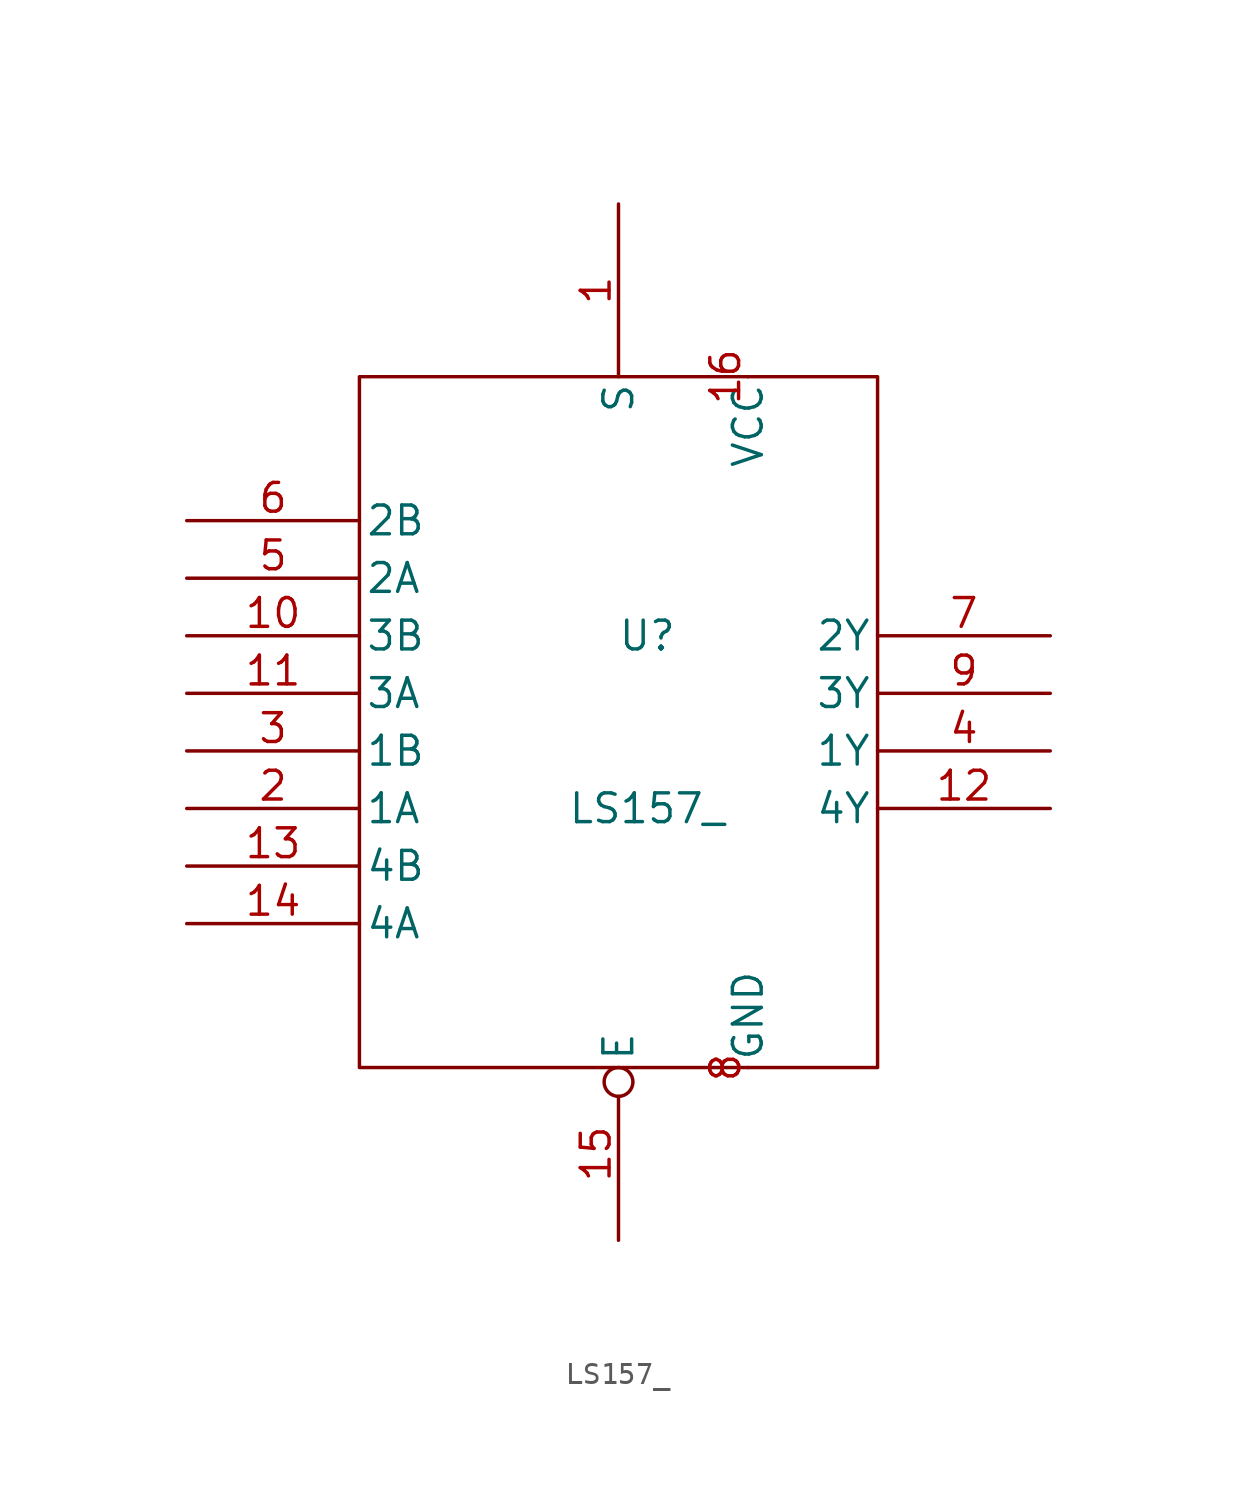
<source format=kicad_sym>
(kicad_symbol_lib
  (version 20211014)
  (generator kicad_symbol_editor)
  (symbol "LS157_"
    (pin_names
      (offset 0.254))
    (property "Reference" "U"
      (at 1.27 3.81 0)
      (effects (font (size 1.27 1.27))))
    (property "Value" "LS157_"
      (at 1.27 -3.81 0)
      (effects (font (size 1.27 1.27))))
    (symbol "LS157__0_0"
      (pin power_in line (at 5.715 -15.24 90) (length 0) (name "GND" (effects (font (size 1.27 1.27)))) (number "8" (effects (font (size 1.27 1.27))))))
    (symbol "LS157__0_1"
      (rectangle (start -11.43 15.24) (end 11.43 -15.24) (stroke (width 0) (type default) (color 0 0 0 0)) (fill (type none))))
    (symbol "LS157__1_0"
      (pin power_in line (at 5.715 15.24 270) (length 0) (name "VCC" (effects (font (size 1.27 1.27)))) (number "16" (effects (font (size 1.27 1.27))))))
    (symbol "LS157__1_1"
      (pin input line (at 0 22.86 270) (length 7.62) (name "S" (effects (font (size 1.27 1.27)))) (number "1" (effects (font (size 1.27 1.27)))))
      (pin input line (at -19.05 3.81 0) (length 7.62) (name "3B" (effects (font (size 1.27 1.27)))) (number "10" (effects (font (size 1.27 1.27)))))
      (pin input line (at -19.05 1.27 0) (length 7.62) (name "3A" (effects (font (size 1.27 1.27)))) (number "11" (effects (font (size 1.27 1.27)))))
      (pin output line (at 19.05 -3.81 180) (length 7.62) (name "4Y" (effects (font (size 1.27 1.27)))) (number "12" (effects (font (size 1.27 1.27)))))
      (pin input line (at -19.05 -6.35 0) (length 7.62) (name "4B" (effects (font (size 1.27 1.27)))) (number "13" (effects (font (size 1.27 1.27)))))
      (pin input line (at -19.05 -8.89 0) (length 7.62) (name "4A" (effects (font (size 1.27 1.27)))) (number "14" (effects (font (size 1.27 1.27)))))
      (pin input inverted (at 0 -22.86 90) (length 7.62) (name "E" (effects (font (size 1.27 1.27)))) (number "15" (effects (font (size 1.27 1.27)))))
      (pin input line (at -19.05 -3.81 0) (length 7.62) (name "1A" (effects (font (size 1.27 1.27)))) (number "2" (effects (font (size 1.27 1.27)))))
      (pin input line (at -19.05 -1.27 0) (length 7.62) (name "1B" (effects (font (size 1.27 1.27)))) (number "3" (effects (font (size 1.27 1.27)))))
      (pin output line (at 19.05 -1.27 180) (length 7.62) (name "1Y" (effects (font (size 1.27 1.27)))) (number "4" (effects (font (size 1.27 1.27)))))
      (pin input line (at -19.05 6.35 0) (length 7.62) (name "2A" (effects (font (size 1.27 1.27)))) (number "5" (effects (font (size 1.27 1.27)))))
      (pin input line (at -19.05 8.89 0) (length 7.62) (name "2B" (effects (font (size 1.27 1.27)))) (number "6" (effects (font (size 1.27 1.27)))))
      (pin output line (at 19.05 3.81 180) (length 7.62) (name "2Y" (effects (font (size 1.27 1.27)))) (number "7" (effects (font (size 1.27 1.27)))))
      (pin output line (at 19.05 1.27 180) (length 7.62) (name "3Y" (effects (font (size 1.27 1.27)))) (number "9" (effects (font (size 1.27 1.27))))))))
</source>
